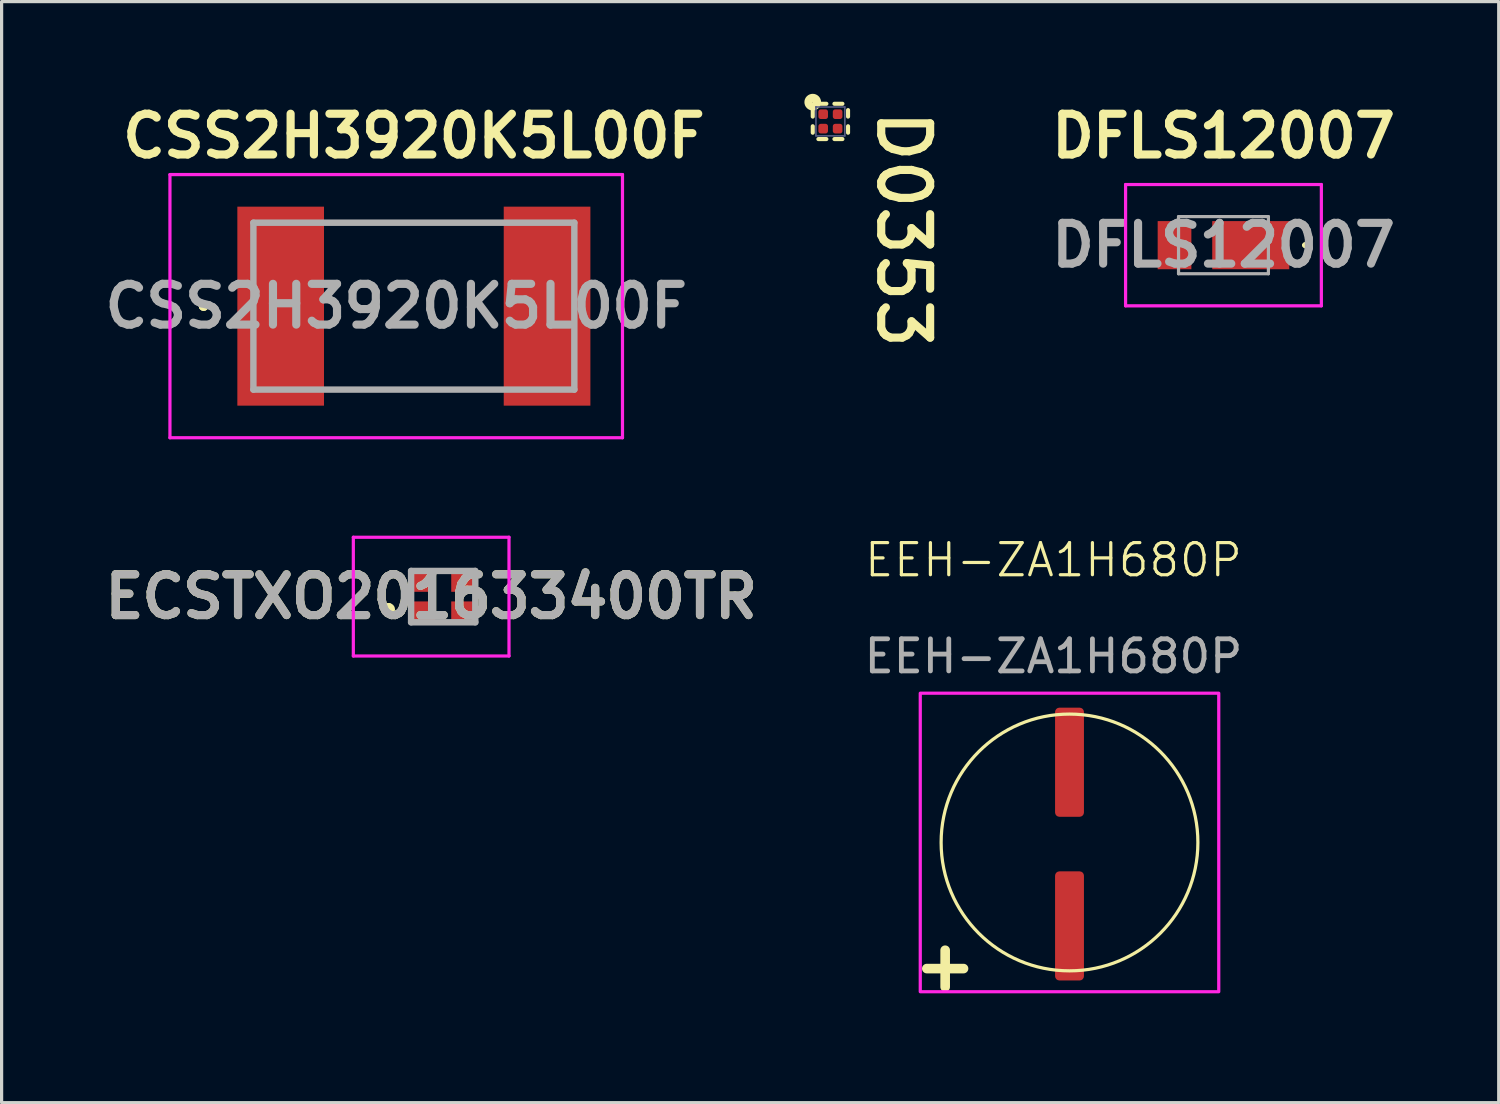
<source format=kicad_pcb>
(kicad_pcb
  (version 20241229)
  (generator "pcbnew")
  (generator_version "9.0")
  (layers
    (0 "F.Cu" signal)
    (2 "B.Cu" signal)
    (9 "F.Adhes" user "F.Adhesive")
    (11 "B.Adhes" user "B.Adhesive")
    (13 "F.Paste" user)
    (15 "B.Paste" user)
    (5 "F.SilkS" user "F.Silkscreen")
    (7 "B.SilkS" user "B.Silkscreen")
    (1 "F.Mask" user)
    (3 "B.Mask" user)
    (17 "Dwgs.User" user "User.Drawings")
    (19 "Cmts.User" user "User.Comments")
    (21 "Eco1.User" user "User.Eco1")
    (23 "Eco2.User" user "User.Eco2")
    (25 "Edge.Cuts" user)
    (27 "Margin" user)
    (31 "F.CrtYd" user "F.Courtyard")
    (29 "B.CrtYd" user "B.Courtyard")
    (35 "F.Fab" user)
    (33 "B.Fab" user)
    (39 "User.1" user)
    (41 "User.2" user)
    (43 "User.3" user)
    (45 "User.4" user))
  (footprint "CSS2H3920K5L00F"
    (layer "F.Cu")
    (at 9.845 6.489)
    (property "Reference" "CSS2H3920K5L00F" (at 0 -5.3 0) (layer "F.SilkS") (effects (font (size 1.27 1.27) (thickness 0.254))))
    (attr smd)
    (fp_line (start -6.6 0) (end -6.6 0) (stroke (width 0.2) (type solid)) (layer "F.SilkS"))
    (fp_line (start -6.6 0) (end -6.6 0) (stroke (width 0.2) (type solid)) (layer "F.SilkS"))
    (fp_line (start -6.5 0) (end -6.5 0) (stroke (width 0.2) (type solid)) (layer "F.SilkS"))
    (fp_line (start -2.25 -2.6) (end -2.25 -2.6) (stroke (width 0.1) (type solid)) (layer "F.SilkS"))
    (fp_line (start -2.25 -2.6) (end 2.25 -2.6) (stroke (width 0.1) (type solid)) (layer "F.SilkS"))
    (fp_line (start -2.25 2.6) (end -2.25 2.6) (stroke (width 0.1) (type solid)) (layer "F.SilkS"))
    (fp_line (start -2.25 2.6) (end 2.25 2.6) (stroke (width 0.1) (type solid)) (layer "F.SilkS"))
    (fp_line (start 2.25 -2.6) (end -2.25 -2.6) (stroke (width 0.1) (type solid)) (layer "F.SilkS"))
    (fp_line (start 2.25 -2.6) (end 2.25 -2.6) (stroke (width 0.1) (type solid)) (layer "F.SilkS"))
    (fp_line (start 2.25 2.6) (end -2.25 2.6) (stroke (width 0.1) (type solid)) (layer "F.SilkS"))
    (fp_line (start 2.25 2.6) (end 2.25 2.6) (stroke (width 0.1) (type solid)) (layer "F.SilkS"))
    (fp_arc (start -6.6 0) (mid -6.55 -0.05) (end -6.5 0) (stroke (width 0.2) (type solid)) (layer "F.SilkS"))
    (fp_arc (start -6.5 0) (mid -6.55 0.05) (end -6.6 0) (stroke (width 0.2) (type solid)) (layer "F.SilkS"))
    (fp_arc (start -6.5 0) (mid -6.55 0.05) (end -6.6 0) (stroke (width 0.2) (type solid)) (layer "F.SilkS"))
    (fp_line (start -7.6 -4.1) (end 6.5 -4.1) (stroke (width 0.1) (type solid)) (layer "F.CrtYd"))
    (fp_line (start -7.6 4.1) (end -7.6 -4.1) (stroke (width 0.1) (type solid)) (layer "F.CrtYd"))
    (fp_line (start 6.5 -4.1) (end 6.5 4.1) (stroke (width 0.1) (type solid)) (layer "F.CrtYd"))
    (fp_line (start 6.5 4.1) (end -7.6 4.1) (stroke (width 0.1) (type solid)) (layer "F.CrtYd"))
    (fp_line (start -5 -2.6) (end -5 2.6) (stroke (width 0.2) (type solid)) (layer "F.Fab"))
    (fp_line (start -5 2.6) (end 5 2.6) (stroke (width 0.2) (type solid)) (layer "F.Fab"))
    (fp_line (start 5 -2.6) (end -5 -2.6) (stroke (width 0.2) (type solid)) (layer "F.Fab"))
    (fp_line (start 5 2.6) (end 5 -2.6) (stroke (width 0.2) (type solid)) (layer "F.Fab"))
    (fp_text user "${REFERENCE}" (at -0.55 0 0) (layer "F.Fab") (effects (font (size 1.27 1.27) (thickness 0.254))))
    (pad "1" smd rect (at -4.15 0) (size 2.7 6.2) (layers "F.Cu" "F.Mask" "F.Paste"))
    (pad "2" smd rect (at 4.15 0) (size 2.7 6.2) (layers "F.Cu" "F.Mask" "F.Paste")))
  (footprint "DFLS12007"
    (layer "F.Cu")
    (at 35.07 4.589)
    (property "Reference" "DFLS12007" (at 0 -3.4 0) (layer "F.SilkS") (effects (font (size 1.27 1.27) (thickness 0.254))))
    (attr smd)
    (fp_line (start 2.5 0) (end 2.5 0) (stroke (width 0.1) (type solid)) (layer "F.SilkS"))
    (fp_line (start 2.6 0) (end 2.6 0) (stroke (width 0.1) (type solid)) (layer "F.SilkS"))
    (fp_arc (start 2.5 0) (mid 2.55 -0.05) (end 2.6 0) (stroke (width 0.1) (type solid)) (layer "F.SilkS"))
    (fp_arc (start 2.6 0) (mid 2.55 0.05) (end 2.5 0) (stroke (width 0.1) (type solid)) (layer "F.SilkS"))
    (fp_line (start -3.05 -1.89) (end 3.05 -1.89) (stroke (width 0.1) (type solid)) (layer "F.CrtYd"))
    (fp_line (start -3.05 1.89) (end -3.05 -1.89) (stroke (width 0.1) (type solid)) (layer "F.CrtYd"))
    (fp_line (start 3.05 -1.89) (end 3.05 1.89) (stroke (width 0.1) (type solid)) (layer "F.CrtYd"))
    (fp_line (start 3.05 1.89) (end -3.05 1.89) (stroke (width 0.1) (type solid)) (layer "F.CrtYd"))
    (fp_line (start -1.4 -0.89) (end 1.4 -0.89) (stroke (width 0.1) (type solid)) (layer "F.Fab"))
    (fp_line (start -1.4 0.89) (end -1.4 -0.89) (stroke (width 0.1) (type solid)) (layer "F.Fab"))
    (fp_line (start 1.4 -0.89) (end 1.4 0.89) (stroke (width 0.1) (type solid)) (layer "F.Fab"))
    (fp_line (start 1.4 0.89) (end -1.4 0.89) (stroke (width 0.1) (type solid)) (layer "F.Fab"))
    (fp_text user "${REFERENCE}" (at 0 0 0) (layer "F.Fab") (effects (font (size 1.27 1.27) (thickness 0.254))))
    (pad "1" smd rect (at 0.85 0 90) (size 1.5 2.4) (layers "F.Cu" "F.Mask" "F.Paste"))
    (pad "2" smd rect (at -1.525 0) (size 1.05 1.5) (layers "F.Cu" "F.Mask" "F.Paste")))
  (footprint "ECSTXO201633400TR"
    (layer "F.Cu")
    (at 10.759 15.539)
    (property "Reference" "ECSTXO201633400TR" (at -0.375 0 0) (layer "F.SilkS") (effects (font (size 1.27 1.27) (thickness 0.254))))
    (attr smd)
    (fp_line (start -1.7 0.3) (end -1.7 0.3) (stroke (width 0.2) (type solid)) (layer "F.SilkS"))
    (fp_line (start -1.7 0.5) (end -1.7 0.5) (stroke (width 0.2) (type solid)) (layer "F.SilkS"))
    (fp_arc (start -1.7 0.3) (mid -1.6 0.4) (end -1.7 0.5) (stroke (width 0.2) (type solid)) (layer "F.SilkS"))
    (fp_arc (start -1.7 0.5) (mid -1.8 0.4) (end -1.7 0.3) (stroke (width 0.2) (type solid)) (layer "F.SilkS"))
    (fp_line (start -2.8 -1.85) (end 2.05 -1.85) (stroke (width 0.1) (type solid)) (layer "F.CrtYd"))
    (fp_line (start -2.8 1.85) (end -2.8 -1.85) (stroke (width 0.1) (type solid)) (layer "F.CrtYd"))
    (fp_line (start 2.05 -1.85) (end 2.05 1.85) (stroke (width 0.1) (type solid)) (layer "F.CrtYd"))
    (fp_line (start 2.05 1.85) (end -2.8 1.85) (stroke (width 0.1) (type solid)) (layer "F.CrtYd"))
    (fp_line (start -1 -0.8) (end 1 -0.8) (stroke (width 0.2) (type solid)) (layer "F.Fab"))
    (fp_line (start -1 0.8) (end -1 -0.8) (stroke (width 0.2) (type solid)) (layer "F.Fab"))
    (fp_line (start 1 -0.8) (end 1 0.8) (stroke (width 0.2) (type solid)) (layer "F.Fab"))
    (fp_line (start 1 0.8) (end -1 0.8) (stroke (width 0.2) (type solid)) (layer "F.Fab"))
    (fp_text user "${REFERENCE}" (at -0.375 0 0) (layer "F.Fab") (effects (font (size 1.27 1.27) (thickness 0.254))))
    (pad "1" smd rect (at -0.65 0.5 90) (size 0.7 0.8) (layers "F.Cu" "F.Mask" "F.Paste"))
    (pad "2" smd rect (at 0.65 0.5 90) (size 0.7 0.8) (layers "F.Cu" "F.Mask" "F.Paste"))
    (pad "3" smd rect (at 0.65 -0.5 90) (size 0.7 0.8) (layers "F.Cu" "F.Mask" "F.Paste"))
    (pad "4" smd rect (at -0.65 -0.5 90) (size 0.7 0.8) (layers "F.Cu" "F.Mask" "F.Paste")))
  (footprint "EEH-ZA1H680P"
    (layer "F.Cu")
    (at 30.273 23.199)
    (property "Reference" "EEH-ZA1H680P" (at -0.5 -8.8 0) (unlocked yes) (layer "F.SilkS") (effects (font (size 1 1) (thickness 0.1))))
    (attr smd)
    (fp_circle (center 0 0) (end 4 0) (stroke (width 0.1) (type default)) (fill no) (layer "F.SilkS"))
    (fp_rect (start -4.65 -4.65) (end 4.65 4.65) (stroke (width 0.1) (type solid)) (fill no) (layer "F.CrtYd"))
    (fp_text user "+" (at -5 4.7 0) (unlocked yes) (layer "F.SilkS") (effects (font (size 1.5 1.5) (thickness 0.3) (bold yes)) (justify left bottom)))
    (fp_text user "${REFERENCE}" (at -0.5 -5.8 0) (unlocked yes) (layer "F.Fab") (effects (font (size 1 1) (thickness 0.15))))
    (pad "1" smd roundrect (at 0 -2.5) (size 0.9 3.4) (layers "F.Cu" "F.Mask" "F.Paste") (roundrect_rratio 0.15))
    (pad "2" smd roundrect (at 0 2.6) (size 0.9 3.4) (layers "F.Cu" "F.Mask" "F.Paste") (roundrect_rratio 0.15)))
  (footprint "D0353"
    (layer "F.Cu")
    (at 22.823 0.733)
    (property "Reference" "D0353" (at 1.384 -0.47 270) (unlocked yes) (layer "F.SilkS") (effects (font (size 1.524 1.524) (thickness 0.254)) (justify left bottom)))
    (attr smd)
    (fp_circle (center -0.225 -0.225) (end -0.175 -0.225) (stroke (width 0.1) (type solid)) (fill yes) (layer "F.Mask"))
    (fp_circle (center -0.225 0.225) (end -0.175 0.225) (stroke (width 0.1) (type solid)) (fill yes) (layer "F.Mask"))
    (fp_circle (center 0.225 -0.225) (end 0.275 -0.225) (stroke (width 0.1) (type solid)) (fill yes) (layer "F.Mask"))
    (fp_circle (center 0.225 0.225) (end 0.275 0.225) (stroke (width 0.1) (type solid)) (fill yes) (layer "F.Mask"))
    (fp_line (start -0.55 -0.35) (end -0.55 -0.15) (stroke (width 0.127) (type solid)) (layer "F.SilkS"))
    (fp_line (start -0.55 0.15) (end -0.55 0.353) (stroke (width 0.127) (type solid)) (layer "F.SilkS"))
    (fp_line (start -0.375 0.55) (end -0.125 0.55) (stroke (width 0.127) (type solid)) (layer "F.SilkS"))
    (fp_line (start -0.3 -0.55) (end -0.125 -0.55) (stroke (width 0.127) (type solid)) (layer "F.SilkS"))
    (fp_line (start 0.125 0.55) (end 0.375 0.55) (stroke (width 0.127) (type solid)) (layer "F.SilkS"))
    (fp_line (start 0.125 -0.55) (end 0.375 -0.55) (stroke (width 0.127) (type solid)) (layer "F.SilkS"))
    (fp_line (start 0.55 0.15) (end 0.55 0.353) (stroke (width 0.127) (type solid)) (layer "F.SilkS"))
    (fp_line (start 0.55 -0.353) (end 0.55 -0.15) (stroke (width 0.127) (type solid)) (layer "F.SilkS"))
    (fp_circle (center -0.55 -0.6) (end -0.544 -0.6) (stroke (width 0.254) (type solid)) (fill no) (layer "F.SilkS"))
    (fp_line (start -0.45 -0.45) (end -0.45 0.45) (stroke (width 0.05) (type solid)) (layer "B.Fab"))
    (fp_line (start -0.45 -0.45) (end 0.45 -0.45) (stroke (width 0.05) (type solid)) (layer "B.Fab"))
    (fp_line (start -0.45 0.45) (end 0.45 0.45) (stroke (width 0.05) (type solid)) (layer "B.Fab"))
    (fp_line (start -0.447 -0.45) (end -0.45 -0.447) (stroke (width 0.05) (type solid)) (layer "B.Fab"))
    (fp_line (start 0.45 -0.45) (end 0.45 0.45) (stroke (width 0.05) (type solid)) (layer "B.Fab"))
    (pad "1" smd roundrect (at -0.225 -0.225) (size 0.3 0.3) (layers "F.Cu" "F.Mask" "F.Paste") (roundrect_rratio 0.25))
    (pad "2" smd roundrect (at -0.225 0.225) (size 0.3 0.3) (layers "F.Cu" "F.Mask" "F.Paste") (roundrect_rratio 0.25))
    (pad "3" smd roundrect (at 0.225 -0.225) (size 0.3 0.3) (layers "F.Cu" "F.Mask" "F.Paste") (roundrect_rratio 0.25))
    (pad "4" smd roundrect (at 0.225 0.225) (size 0.3 0.3) (layers "F.Cu" "F.Mask" "F.Paste") (roundrect_rratio 0.25)))
  (gr_rect
    (start -3 -3)
    (end 43.646 31.307)
    (stroke (width 0.1) (type default))
    (fill no)
    (layer "Edge.Cuts")))
</source>
